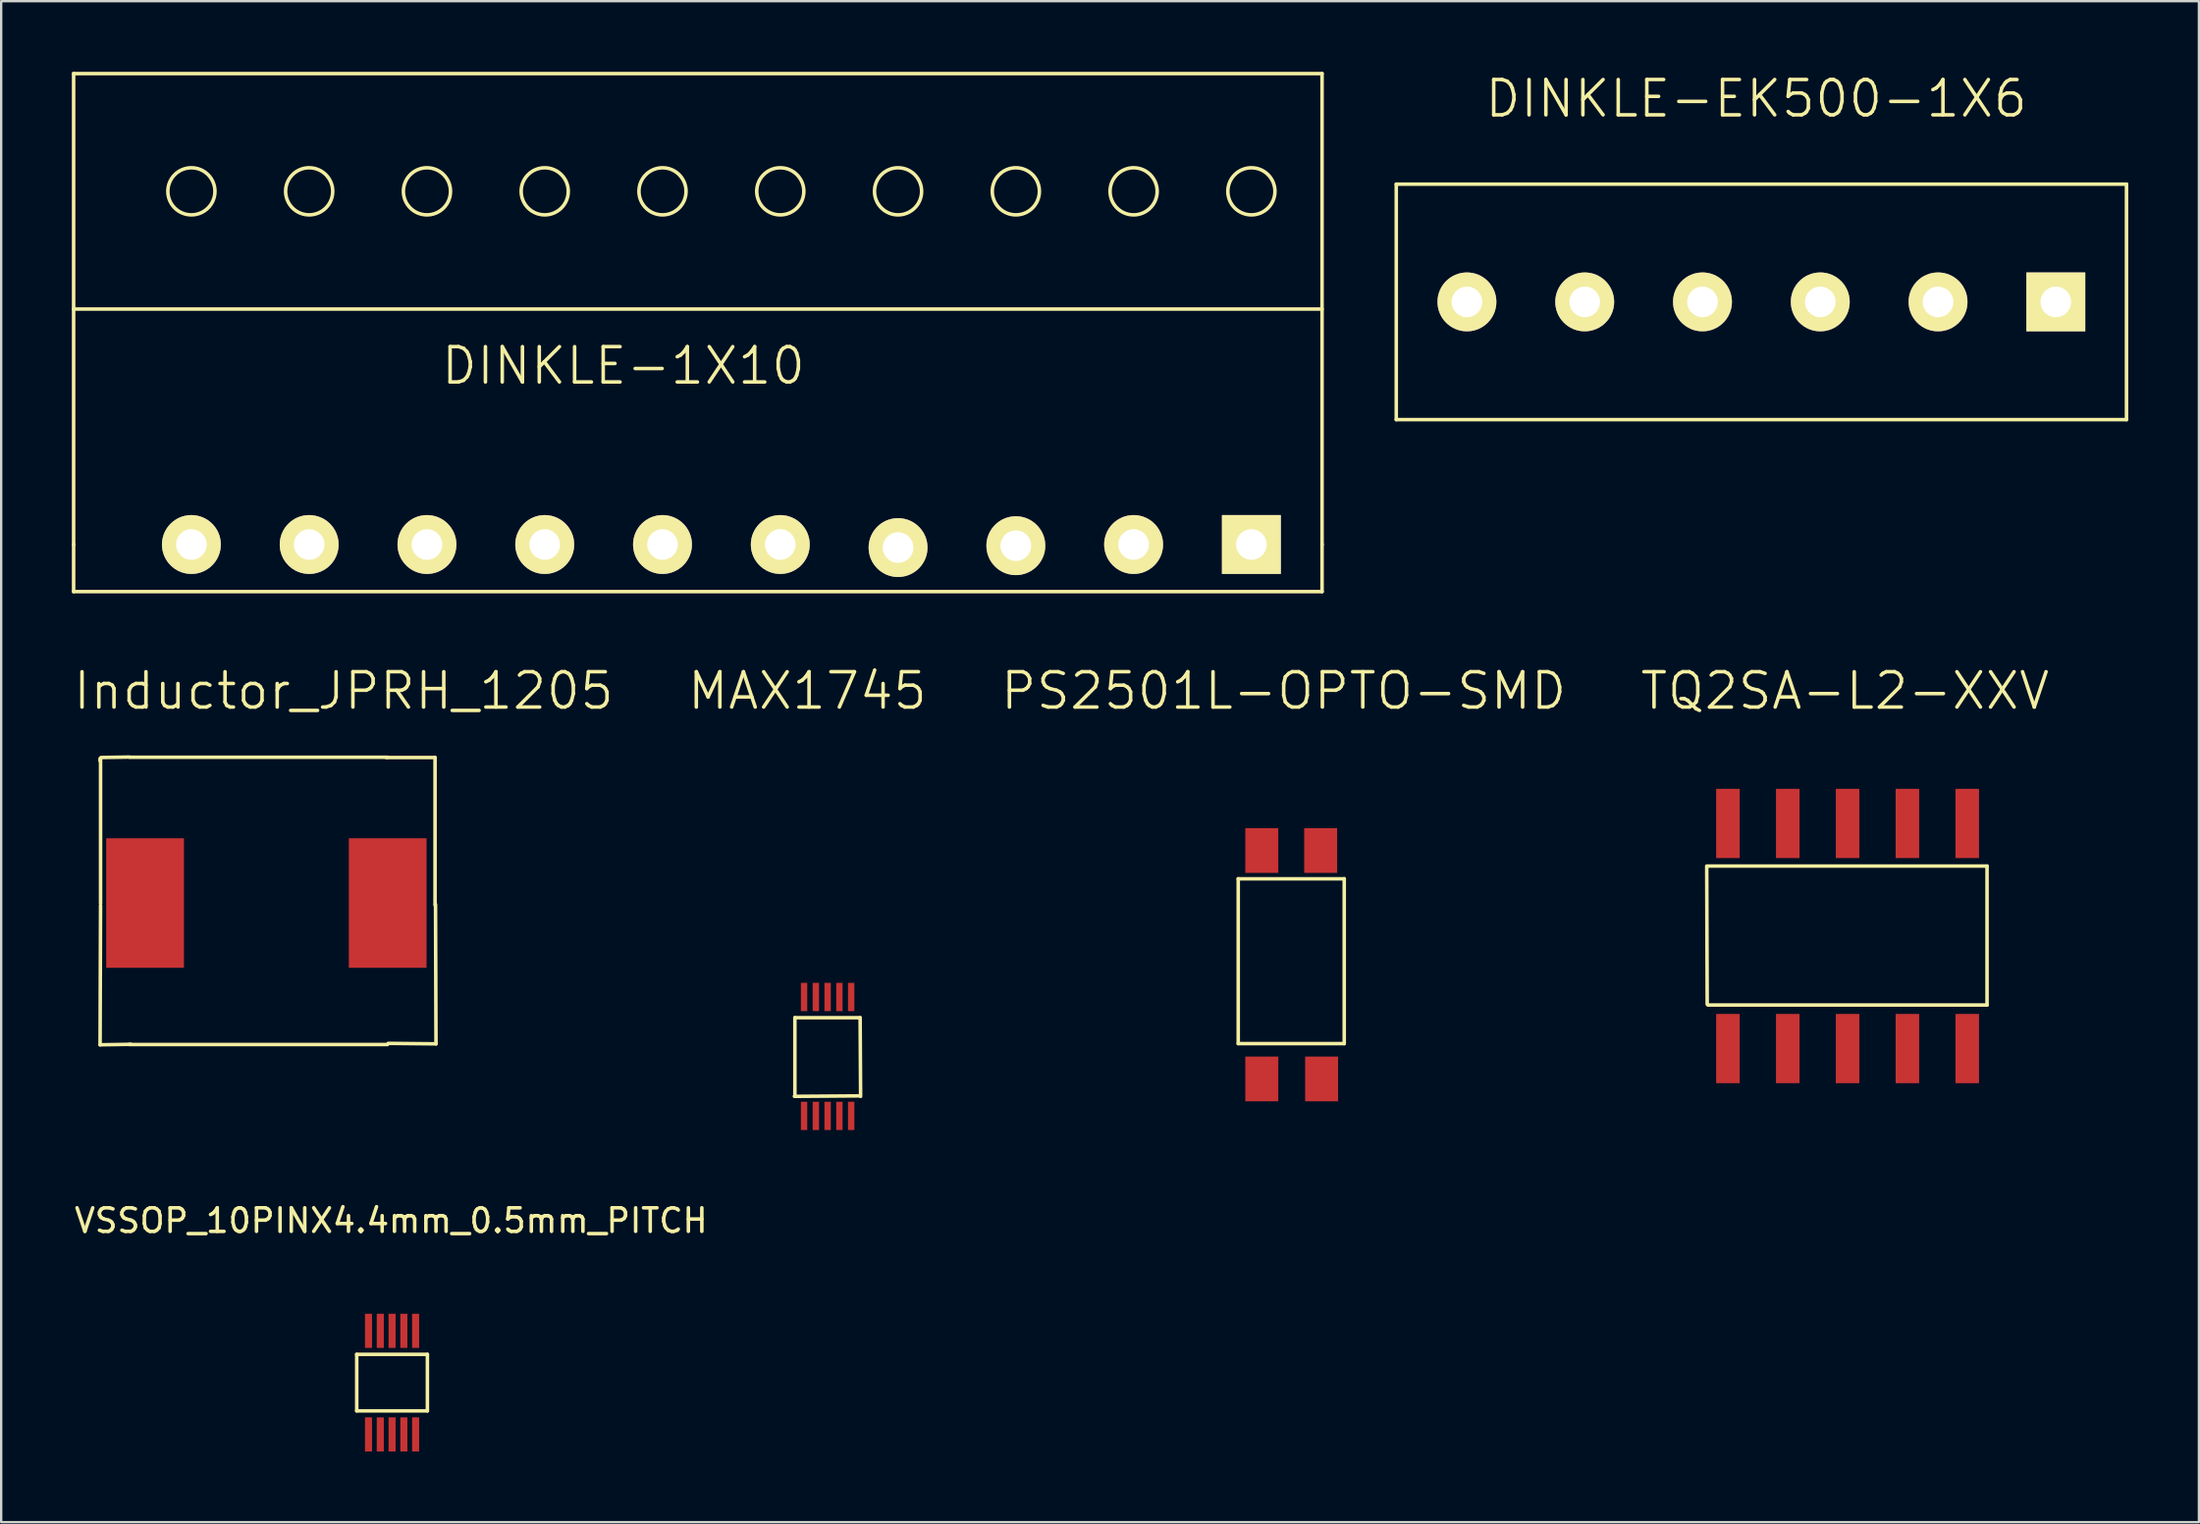
<source format=kicad_pcb>
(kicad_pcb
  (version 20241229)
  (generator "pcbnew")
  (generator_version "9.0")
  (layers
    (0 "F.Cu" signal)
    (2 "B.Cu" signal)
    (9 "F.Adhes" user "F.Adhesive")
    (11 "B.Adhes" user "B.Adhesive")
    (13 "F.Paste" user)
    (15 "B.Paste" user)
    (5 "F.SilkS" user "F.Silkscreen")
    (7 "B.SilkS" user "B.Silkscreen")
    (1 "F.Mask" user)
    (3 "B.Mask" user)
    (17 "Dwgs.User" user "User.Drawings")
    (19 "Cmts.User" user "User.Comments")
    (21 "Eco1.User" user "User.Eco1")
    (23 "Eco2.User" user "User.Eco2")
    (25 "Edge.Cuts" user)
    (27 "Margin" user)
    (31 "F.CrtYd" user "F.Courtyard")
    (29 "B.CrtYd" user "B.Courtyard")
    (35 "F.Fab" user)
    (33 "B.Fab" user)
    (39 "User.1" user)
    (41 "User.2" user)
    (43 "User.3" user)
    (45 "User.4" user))
  (footprint "MAX1745"
    (layer "F.Cu")
    (at 31.085 44.341)
    (property "Reference" "MAX1745" (at 0.14 -18.05 0) (layer "F.SilkS") (effects (font (size 1.5 1.5) (thickness 0.15))))
    (attr through_hole)
    (fp_line (start -0.41 -0.83) (end 2.38 -0.85) (stroke (width 0.15) (type solid)) (layer "F.SilkS"))
    (fp_line (start -0.39 -4.17) (end -0.39 -0.85) (stroke (width 0.15) (type solid)) (layer "F.SilkS"))
    (fp_line (start 2.38 -4.17) (end -0.39 -4.17) (stroke (width 0.15) (type solid)) (layer "F.SilkS"))
    (fp_line (start 2.4 -0.83) (end 2.38 -4.17) (stroke (width 0.15) (type solid)) (layer "F.SilkS"))
    (pad "1" smd rect (at 0 0) (size 0.27 1.2) (layers "F.Cu" "F.Mask" "F.Paste"))
    (pad "2" smd rect (at 0.5 0) (size 0.27 1.2) (layers "F.Cu" "F.Mask" "F.Paste"))
    (pad "3" smd rect (at 1 0) (size 0.27 1.2) (layers "F.Cu" "F.Mask" "F.Paste"))
    (pad "4" smd rect (at 1.5 0) (size 0.27 1.2) (layers "F.Cu" "F.Mask" "F.Paste"))
    (pad "5" smd rect (at 2 0) (size 0.27 1.2) (layers "F.Cu" "F.Mask" "F.Paste"))
    (pad "6" smd rect (at 2 -5.05) (size 0.27 1.2) (layers "F.Cu" "F.Mask" "F.Paste"))
    (pad "7" smd rect (at 1.5 -5.05) (size 0.27 1.2) (layers "F.Cu" "F.Mask" "F.Paste"))
    (pad "8" smd rect (at 1 -5.05) (size 0.27 1.2) (layers "F.Cu" "F.Mask" "F.Paste"))
    (pad "9" smd rect (at 0.5 -5.05) (size 0.27 1.2) (layers "F.Cu" "F.Mask" "F.Paste"))
    (pad "10" smd rect (at 0 -5.05) (size 0.27 1.2) (layers "F.Cu" "F.Mask" "F.Paste")))
  (footprint "DINKLE-EK500-1X6"
    (layer "F.Cu")
    (at 59.225 9.771)
    (property "Reference" "DINKLE-EK500-1X6" (at 12.28 -8.63 0) (layer "F.SilkS") (effects (font (size 1.5 1.5) (thickness 0.15))))
    (attr through_hole)
    (fp_line (start -3 -5) (end 28 -5) (stroke (width 0.15) (type solid)) (layer "F.SilkS"))
    (fp_line (start -3 5) (end -3 -5) (stroke (width 0.15) (type solid)) (layer "F.SilkS"))
    (fp_line (start -3 5) (end 28 5) (stroke (width 0.15) (type solid)) (layer "F.SilkS"))
    (fp_line (start 28 5) (end 28 -5) (stroke (width 0.15) (type solid)) (layer "F.SilkS"))
    (pad "1" thru_hole rect (at 25 0) (size 2.5 2.5) (drill 1.3) (layers "*.Cu" "*.Mask" "F.SilkS"))
    (pad "2" thru_hole circle (at 20 0) (size 2.5 2.5) (drill 1.3) (layers "*.Cu" "*.Mask" "F.SilkS"))
    (pad "3" thru_hole circle (at 15 0) (size 2.5 2.5) (drill 1.3) (layers "*.Cu" "*.Mask" "F.SilkS"))
    (pad "4" thru_hole circle (at 10 0) (size 2.5 2.5) (drill 1.3) (layers "*.Cu" "*.Mask" "F.SilkS"))
    (pad "5" thru_hole circle (at 5 0) (size 2.5 2.5) (drill 1.3) (layers "*.Cu" "*.Mask" "F.SilkS"))
    (pad "6" thru_hole circle (at 0 0) (size 2.5 2.5) (drill 1.3) (layers "*.Cu" "*.Mask" "F.SilkS")))
  (footprint "VSSOP_10PINX4.4mm_0.5mm_PITCH"
    (layer "F.Cu")
    (at 13.594 55.669)
    (property "Reference" "VSSOP_10PINX4.4mm_0.5mm_PITCH" (at -0.04 -6.88 0) (layer "F.SilkS") (effects (font (size 1 1) (thickness 0.15))))
    (attr through_hole)
    (fp_line (start -1.5 -1.2) (end -1.5 1.2) (stroke (width 0.15) (type solid)) (layer "F.SilkS"))
    (fp_line (start -1.5 1.2) (end 1.5 1.2) (stroke (width 0.15) (type solid)) (layer "F.SilkS"))
    (fp_line (start 1.5 -1.2) (end -1.5 -1.2) (stroke (width 0.15) (type solid)) (layer "F.SilkS"))
    (fp_line (start 1.5 1.2) (end 1.5 -1.2) (stroke (width 0.15) (type solid)) (layer "F.SilkS"))
    (pad "1" smd rect (at -1 2.2) (size 0.3 1.45) (layers "F.Cu" "F.Mask" "F.Paste"))
    (pad "2" smd rect (at -0.5 2.2) (size 0.3 1.45) (layers "F.Cu" "F.Mask" "F.Paste"))
    (pad "3" smd rect (at 0 2.2) (size 0.3 1.45) (layers "F.Cu" "F.Mask" "F.Paste"))
    (pad "4" smd rect (at 0.5 2.2) (size 0.3 1.45) (layers "F.Cu" "F.Mask" "F.Paste"))
    (pad "5" smd rect (at 1 2.2) (size 0.3 1.45) (layers "F.Cu" "F.Mask" "F.Paste"))
    (pad "6" smd rect (at 1 -2.2) (size 0.3 1.45) (layers "F.Cu" "F.Mask" "F.Paste"))
    (pad "7" smd rect (at 0.5 -2.2) (size 0.3 1.45) (layers "F.Cu" "F.Mask" "F.Paste"))
    (pad "8" smd rect (at 0 -2.2) (size 0.3 1.45) (layers "F.Cu" "F.Mask" "F.Paste"))
    (pad "9" smd rect (at -0.5 -2.2) (size 0.3 1.45) (layers "F.Cu" "F.Mask" "F.Paste"))
    (pad "10" smd rect (at -1 -2.2) (size 0.3 1.45) (layers "F.Cu" "F.Mask" "F.Paste")))
  (footprint "Inductor_JPRH_1205"
    (layer "F.Cu")
    (at 13.409 35.301)
    (property "Reference" "Inductor_JPRH_1205" (at -1.87 -9.01 0) (layer "F.SilkS") (effects (font (size 1.5 1.5) (thickness 0.15))))
    (attr through_hole)
    (fp_line (start -12.21 -6.04) (end -12.21 -6.14) (stroke (width 0.15) (type solid)) (layer "F.SilkS"))
    (fp_line (start -12.21 6.02) (end -10.9 6) (stroke (width 0.15) (type solid)) (layer "F.SilkS"))
    (fp_line (start -12.19 0.02) (end -12.19 -6.12) (stroke (width 0.15) (type solid)) (layer "F.SilkS"))
    (fp_line (start -12.19 0.1) (end -12.21 6.02) (stroke (width 0.15) (type solid)) (layer "F.SilkS"))
    (fp_line (start -10.97 -6.2) (end -12.17 -6.18) (stroke (width 0.15) (type solid)) (layer "F.SilkS"))
    (fp_line (start -0.01 -6.19) (end -10.95 -6.19) (stroke (width 0.15) (type solid)) (layer "F.SilkS"))
    (fp_line (start -0.01 6.01) (end -10.97 6.01) (stroke (width 0.15) (type solid)) (layer "F.SilkS"))
    (fp_line (start 2.01 -6.18) (end -0.06 -6.18) (stroke (width 0.15) (type solid)) (layer "F.SilkS"))
    (fp_line (start 2.01 0.08) (end 2.01 -6.18) (stroke (width 0.15) (type solid)) (layer "F.SilkS"))
    (fp_line (start 2.03 0.06) (end 2.05 5.98) (stroke (width 0.15) (type solid)) (layer "F.SilkS"))
    (fp_line (start 2.05 5.98) (end 0.02 5.96) (stroke (width 0.15) (type solid)) (layer "F.SilkS"))
    (pad "1" smd rect (at 0 0) (size 3.3 5.5) (layers "F.Cu" "F.Mask" "F.Paste"))
    (pad "2" smd rect (at -10.3 0) (size 3.3 5.5) (layers "F.Cu" "F.Mask" "F.Paste")))
  (footprint "PS2501L-OPTO-SMD"
    (layer "F.Cu")
    (at 50.516 42.771)
    (property "Reference" "PS2501L-OPTO-SMD" (at 0.93 -16.48 0) (layer "F.SilkS") (effects (font (size 1.5 1.5) (thickness 0.15))))
    (attr through_hole)
    (fp_line (start -1 -8.5) (end -1 -1.5) (stroke (width 0.15) (type solid)) (layer "F.SilkS"))
    (fp_line (start -1 -1.5) (end 3.5 -1.5) (stroke (width 0.15) (type solid)) (layer "F.SilkS"))
    (fp_line (start 3.5 -8.5) (end -1 -8.5) (stroke (width 0.15) (type solid)) (layer "F.SilkS"))
    (fp_line (start 3.5 -1.5) (end 3.5 -8.5) (stroke (width 0.15) (type solid)) (layer "F.SilkS"))
    (pad "1" smd rect (at 0 0) (size 1.4 1.9) (layers "F.Cu" "F.Mask" "F.Paste"))
    (pad "2" smd rect (at 2.54 0) (size 1.4 1.9) (layers "F.Cu" "F.Mask" "F.Paste"))
    (pad "3" smd rect (at 2.5 -9.7) (size 1.4 1.9) (layers "F.Cu" "F.Mask" "F.Paste"))
    (pad "4" smd rect (at 0 -9.7) (size 1.4 1.9) (layers "F.Cu" "F.Mask" "F.Paste")))
  (footprint "DINKLE-1X10"
    (layer "F.Cu")
    (at 50.075 20.075)
    (property "Reference" "DINKLE-1X10" (at -26.66 -7.59 0) (layer "F.SilkS") (effects (font (size 1.5 1.5) (thickness 0.15))))
    (attr through_hole)
    (fp_line (start -50 -20) (end -50 0) (stroke (width 0.15) (type solid)) (layer "F.SilkS"))
    (fp_line (start -50 0) (end -50 2) (stroke (width 0.15) (type solid)) (layer "F.SilkS"))
    (fp_line (start 3 -20) (end -50 -20) (stroke (width 0.15) (type solid)) (layer "F.SilkS"))
    (fp_line (start 3 -10) (end -50 -10) (stroke (width 0.15) (type solid)) (layer "F.SilkS"))
    (fp_line (start 3 0) (end 3 -20) (stroke (width 0.15) (type solid)) (layer "F.SilkS"))
    (fp_line (start 3 0) (end 3 2) (stroke (width 0.15) (type solid)) (layer "F.SilkS"))
    (fp_line (start 3 2) (end -50 2) (stroke (width 0.15) (type solid)) (layer "F.SilkS"))
    (fp_circle (center -45 -15) (end -45 -16) (stroke (width 0.15) (type solid)) (fill no) (layer "F.SilkS"))
    (fp_circle (center -40 -15) (end -40 -16) (stroke (width 0.15) (type solid)) (fill no) (layer "F.SilkS"))
    (fp_circle (center -35 -15) (end -35 -16) (stroke (width 0.15) (type solid)) (fill no) (layer "F.SilkS"))
    (fp_circle (center -30 -15) (end -30 -16) (stroke (width 0.15) (type solid)) (fill no) (layer "F.SilkS"))
    (fp_circle (center -25 -15) (end -25 -16) (stroke (width 0.15) (type solid)) (fill no) (layer "F.SilkS"))
    (fp_circle (center -20 -15) (end -20 -16) (stroke (width 0.15) (type solid)) (fill no) (layer "F.SilkS"))
    (fp_circle (center -15 -15) (end -15 -16) (stroke (width 0.15) (type solid)) (fill no) (layer "F.SilkS"))
    (fp_circle (center -10 -15) (end -10 -16) (stroke (width 0.15) (type solid)) (fill no) (layer "F.SilkS"))
    (fp_circle (center -5 -15) (end -5 -16) (stroke (width 0.15) (type solid)) (fill no) (layer "F.SilkS"))
    (fp_circle (center 0 -15) (end 0 -16) (stroke (width 0.15) (type solid)) (fill no) (layer "F.SilkS"))
    (pad "1" thru_hole rect (at 0 0) (size 2.5 2.5) (drill 1.3) (layers "*.Cu" "*.Mask" "F.SilkS"))
    (pad "2" thru_hole circle (at -5 0) (size 2.5 2.5) (drill 1.3) (layers "*.Cu" "*.Mask" "F.SilkS"))
    (pad "3" thru_hole circle (at -10 0.05) (size 2.5 2.5) (drill 1.3) (layers "*.Cu" "*.Mask" "F.SilkS"))
    (pad "4" thru_hole circle (at -15 0.13) (size 2.5 2.5) (drill 1.3) (layers "*.Cu" "*.Mask" "F.SilkS"))
    (pad "5" thru_hole circle (at -20 0) (size 2.5 2.5) (drill 1.3) (layers "*.Cu" "*.Mask" "F.SilkS"))
    (pad "6" thru_hole circle (at -25 0) (size 2.5 2.5) (drill 1.3) (layers "*.Cu" "*.Mask" "F.SilkS"))
    (pad "7" thru_hole circle (at -30 0) (size 2.5 2.5) (drill 1.3) (layers "*.Cu" "*.Mask" "F.SilkS"))
    (pad "8" thru_hole circle (at -35 0) (size 2.5 2.5) (drill 1.3) (layers "*.Cu" "*.Mask" "F.SilkS"))
    (pad "9" thru_hole circle (at -40 0) (size 2.5 2.5) (drill 1.3) (layers "*.Cu" "*.Mask" "F.SilkS"))
    (pad "10" thru_hole circle (at -45 0) (size 2.5 2.5) (drill 1.3) (layers "*.Cu" "*.Mask" "F.SilkS")))
  (footprint "TQ2SA-L2-XXV"
    (layer "F.Cu")
    (at 70.305 41.481)
    (property "Reference" "TQ2SA-L2-XXV" (at 4.97 -15.19 0) (layer "F.SilkS") (effects (font (size 1.5 1.5) (thickness 0.15))))
    (attr through_hole)
    (fp_line (start -0.88 -1.88) (end -0.9 -7.75) (stroke (width 0.15) (type solid)) (layer "F.SilkS"))
    (fp_line (start -0.85 -7.75) (end 11 -7.75) (stroke (width 0.15) (type solid)) (layer "F.SilkS"))
    (fp_line (start -0.85 -1.85) (end 11 -1.85) (stroke (width 0.15) (type solid)) (layer "F.SilkS"))
    (fp_line (start 11 -1.85) (end 11 -7.75) (stroke (width 0.15) (type solid)) (layer "F.SilkS"))
    (pad "1" smd rect (at 0 0) (size 1 2.94) (layers "F.Cu" "F.Mask" "F.Paste"))
    (pad "2" smd rect (at 2.54 0) (size 1 2.94) (layers "F.Cu" "F.Mask" "F.Paste"))
    (pad "3" smd rect (at 5.08 0) (size 1 2.94) (layers "F.Cu" "F.Mask" "F.Paste"))
    (pad "4" smd rect (at 7.62 0) (size 1 2.94) (layers "F.Cu" "F.Mask" "F.Paste"))
    (pad "5" smd rect (at 10.16 0) (size 1 2.94) (layers "F.Cu" "F.Mask" "F.Paste"))
    (pad "6" smd rect (at 10.16 -9.56) (size 1 2.94) (layers "F.Cu" "F.Mask" "F.Paste"))
    (pad "7" smd rect (at 7.62 -9.56) (size 1 2.94) (layers "F.Cu" "F.Mask" "F.Paste"))
    (pad "8" smd rect (at 5.08 -9.56) (size 1 2.94) (layers "F.Cu" "F.Mask" "F.Paste"))
    (pad "9" smd rect (at 2.54 -9.56) (size 1 2.94) (layers "F.Cu" "F.Mask" "F.Paste"))
    (pad "10" smd rect (at 0 -9.56) (size 1 2.94) (layers "F.Cu" "F.Mask" "F.Paste")))
  (gr_rect
    (start -3 -3)
    (end 90.3 61.594)
    (stroke (width 0.1) (type default))
    (fill no)
    (layer "Edge.Cuts")))
</source>
